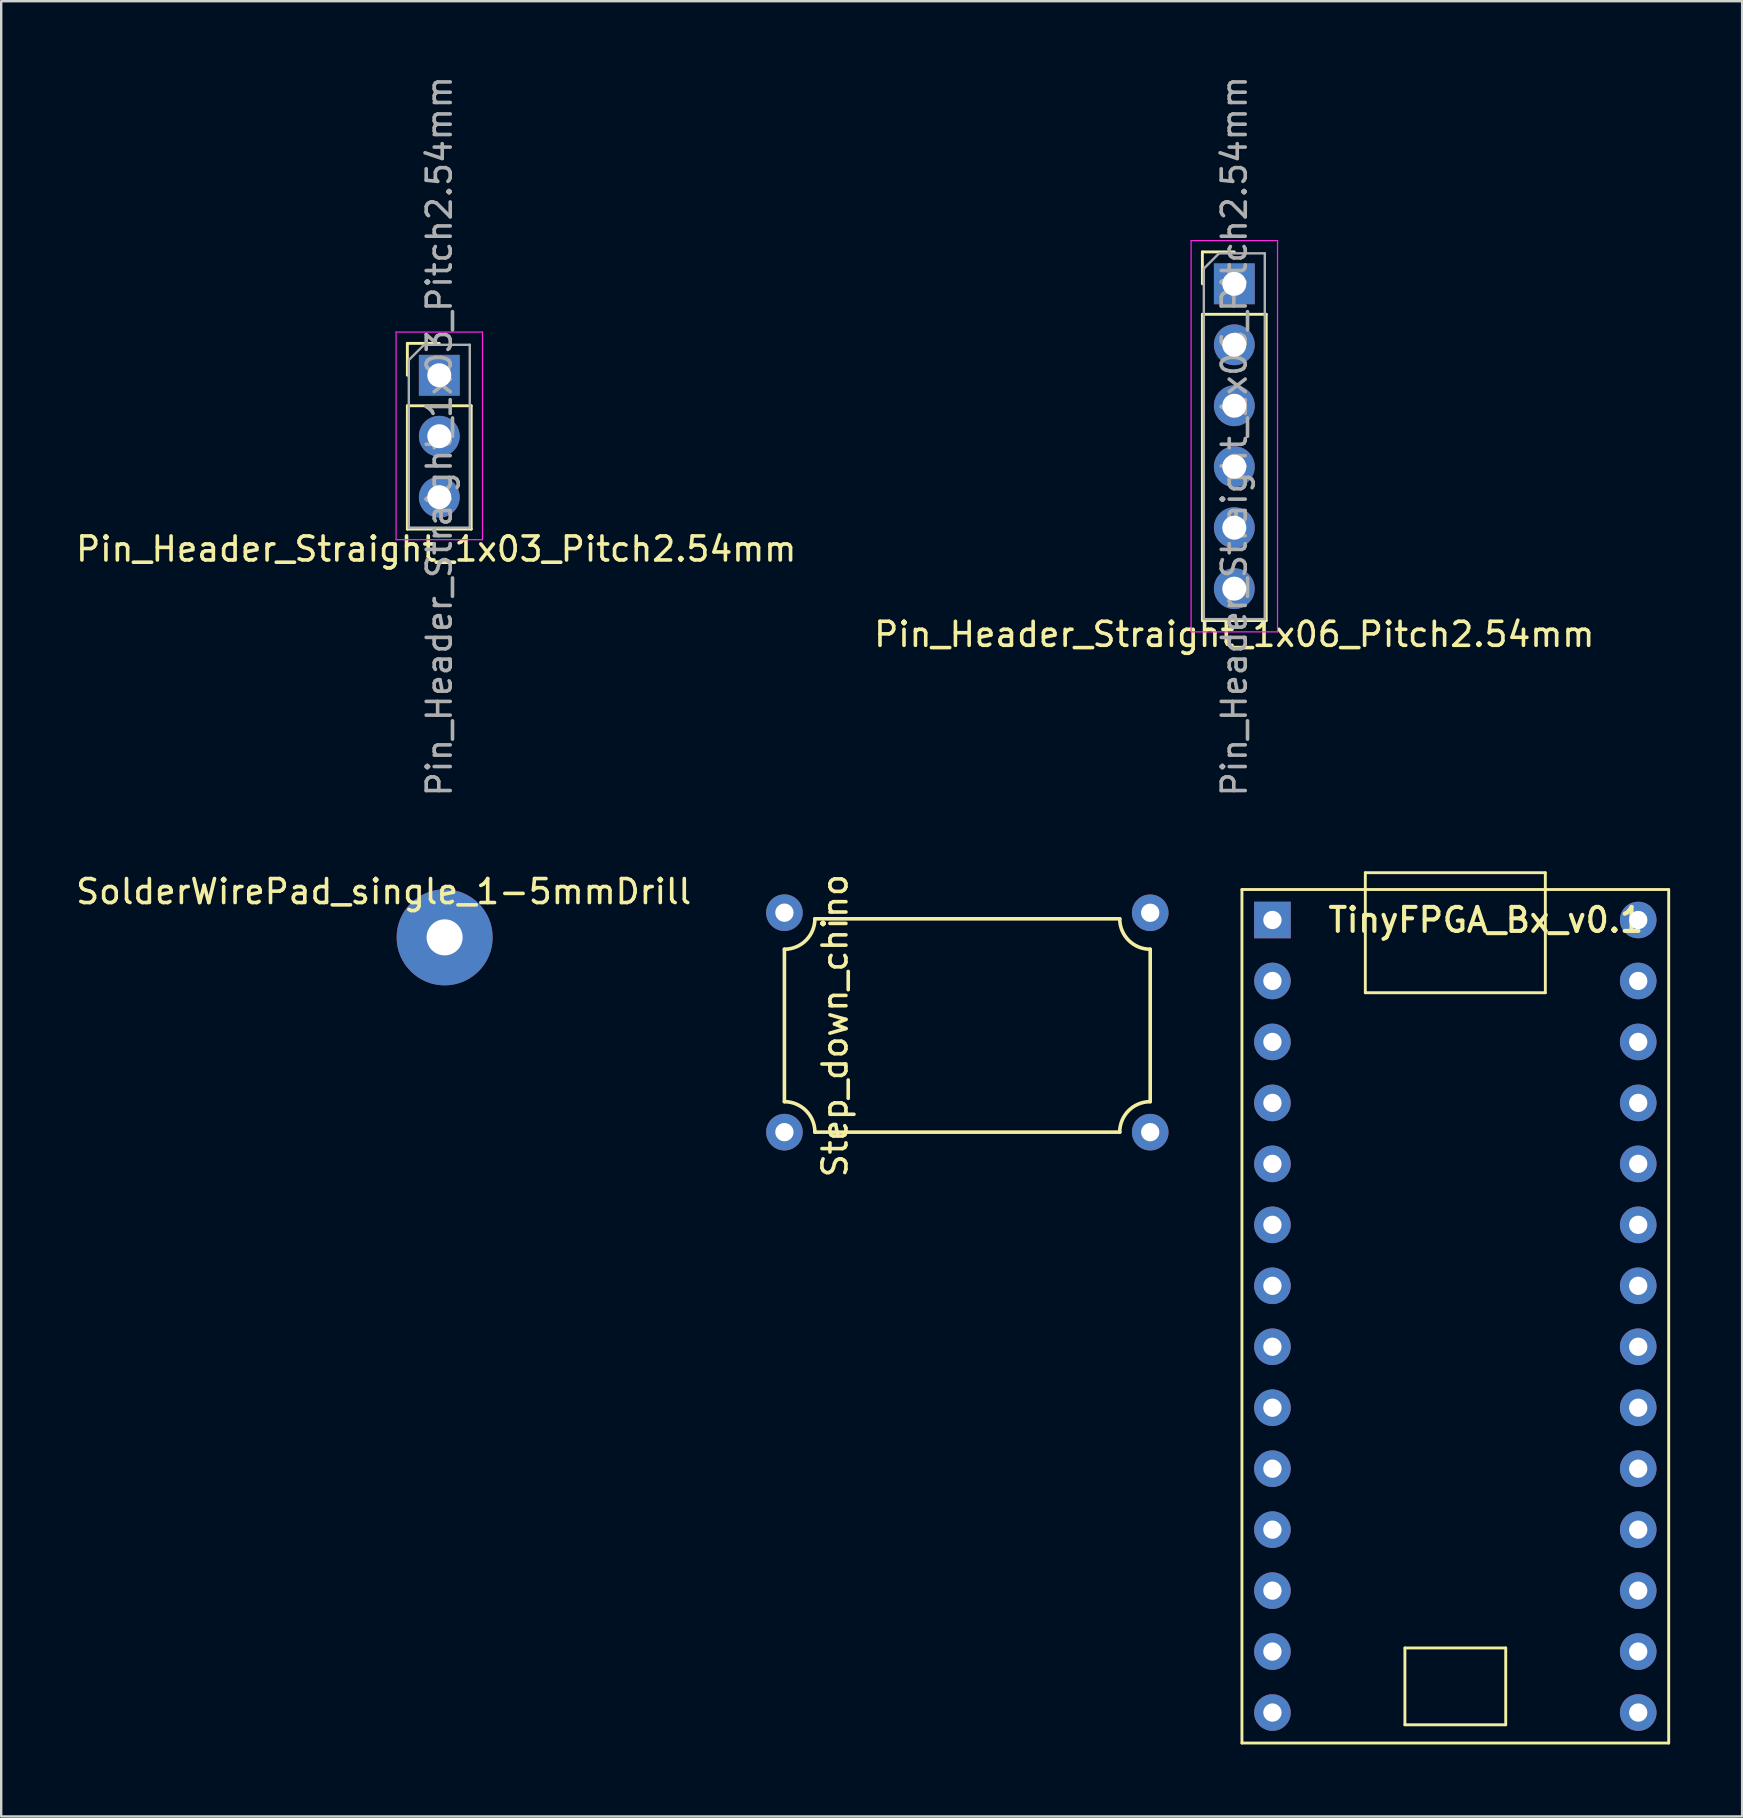
<source format=kicad_pcb>
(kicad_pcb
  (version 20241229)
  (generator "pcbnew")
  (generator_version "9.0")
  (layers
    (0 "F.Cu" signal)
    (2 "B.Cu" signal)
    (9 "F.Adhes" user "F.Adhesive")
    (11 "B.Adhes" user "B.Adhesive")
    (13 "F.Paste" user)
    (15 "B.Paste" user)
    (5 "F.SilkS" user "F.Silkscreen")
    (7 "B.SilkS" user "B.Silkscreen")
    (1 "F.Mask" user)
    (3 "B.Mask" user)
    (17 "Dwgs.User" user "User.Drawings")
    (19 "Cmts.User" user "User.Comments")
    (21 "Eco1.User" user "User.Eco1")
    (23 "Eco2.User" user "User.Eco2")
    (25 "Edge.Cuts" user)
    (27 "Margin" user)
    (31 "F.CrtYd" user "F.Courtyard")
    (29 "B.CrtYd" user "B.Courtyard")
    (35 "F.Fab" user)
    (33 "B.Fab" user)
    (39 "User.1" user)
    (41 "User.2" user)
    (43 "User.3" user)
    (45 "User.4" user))
  (footprint "Pin_Header_Straight_1x06_Pitch2.54mm"
    (layer "F.Cu")
    (at 48.375 8.775)
    (property "Reference" "Pin_Header_Straight_1x06_Pitch2.54mm" (at 0 14.605 0) (layer "F.SilkS") (effects (font (size 1 1) (thickness 0.15))))
    (attr through_hole)
    (fp_line (start -1.33 -1.33) (end 0 -1.33) (stroke (width 0.12) (type solid)) (layer "F.SilkS"))
    (fp_line (start -1.33 0) (end -1.33 -1.33) (stroke (width 0.12) (type solid)) (layer "F.SilkS"))
    (fp_line (start -1.33 1.27) (end -1.33 14.03) (stroke (width 0.12) (type solid)) (layer "F.SilkS"))
    (fp_line (start -1.33 1.27) (end 1.33 1.27) (stroke (width 0.12) (type solid)) (layer "F.SilkS"))
    (fp_line (start -1.33 14.03) (end 1.33 14.03) (stroke (width 0.12) (type solid)) (layer "F.SilkS"))
    (fp_line (start 1.33 1.27) (end 1.33 14.03) (stroke (width 0.12) (type solid)) (layer "F.SilkS"))
    (fp_line (start -1.8 -1.8) (end -1.8 14.5) (stroke (width 0.05) (type solid)) (layer "F.CrtYd"))
    (fp_line (start -1.8 14.5) (end 1.8 14.5) (stroke (width 0.05) (type solid)) (layer "F.CrtYd"))
    (fp_line (start 1.8 -1.8) (end -1.8 -1.8) (stroke (width 0.05) (type solid)) (layer "F.CrtYd"))
    (fp_line (start 1.8 14.5) (end 1.8 -1.8) (stroke (width 0.05) (type solid)) (layer "F.CrtYd"))
    (fp_line (start -1.27 -0.635) (end -0.635 -1.27) (stroke (width 0.1) (type solid)) (layer "F.Fab"))
    (fp_line (start -1.27 13.97) (end -1.27 -0.635) (stroke (width 0.1) (type solid)) (layer "F.Fab"))
    (fp_line (start -0.635 -1.27) (end 1.27 -1.27) (stroke (width 0.1) (type solid)) (layer "F.Fab"))
    (fp_line (start 1.27 -1.27) (end 1.27 13.97) (stroke (width 0.1) (type solid)) (layer "F.Fab"))
    (fp_line (start 1.27 13.97) (end -1.27 13.97) (stroke (width 0.1) (type solid)) (layer "F.Fab"))
    (fp_text user "${REFERENCE}" (at 0 6.35 90) (layer "F.Fab") (effects (font (size 1 1) (thickness 0.15))))
    (pad "1" thru_hole rect (at 0 0) (size 1.7 1.7) (drill 1) (layers "*.Cu" "*.Mask"))
    (pad "2" thru_hole oval (at 0 2.54) (size 1.7 1.7) (drill 1) (layers "*.Cu" "*.Mask"))
    (pad "3" thru_hole oval (at 0 5.08) (size 1.7 1.7) (drill 1) (layers "*.Cu" "*.Mask"))
    (pad "4" thru_hole oval (at 0 7.62) (size 1.7 1.7) (drill 1) (layers "*.Cu" "*.Mask"))
    (pad "5" thru_hole oval (at 0 10.16) (size 1.7 1.7) (drill 1) (layers "*.Cu" "*.Mask"))
    (pad "6" thru_hole oval (at 0 12.7) (size 1.7 1.7) (drill 1) (layers "*.Cu" "*.Mask")))
  (footprint "SolderWirePad_single_1-5mmDrill"
    (layer "F.Cu")
    (at 15.475 36.003)
    (property "Reference" "SolderWirePad_single_1-5mmDrill" (at -2.54 -1.905 0) (layer "F.SilkS") (effects (font (size 1 1) (thickness 0.15))))
    (attr through_hole)
    (pad "1" thru_hole circle (at 0 0) (size 4 4) (drill 1.501) (layers "*.Cu" "*.Mask")))
  (footprint "Step_down_chino"
    (layer "F.Cu")
    (at 29.631 44.119)
    (property "Reference" "Step_down_chino" (at 2.108 -4.435 90) (layer "F.SilkS") (effects (font (size 1 1) (thickness 0.15))))
    (attr through_hole)
    (fp_line (start 0 -7.62) (end 0 -1.27) (stroke (width 0.15) (type solid)) (layer "F.SilkS"))
    (fp_line (start 1.27 -8.89) (end 13.97 -8.89) (stroke (width 0.15) (type solid)) (layer "F.SilkS"))
    (fp_line (start 1.27 0) (end 13.97 0) (stroke (width 0.15) (type solid)) (layer "F.SilkS"))
    (fp_line (start 15.24 -7.62) (end 15.24 -1.27) (stroke (width 0.15) (type solid)) (layer "F.SilkS"))
    (fp_arc (start 0 -1.27) (mid 0.898026 -0.898026) (end 1.27 0) (stroke (width 0.15) (type solid)) (layer "F.SilkS"))
    (fp_arc (start 1.27 -8.89) (mid 0.898026 -7.991974) (end 0 -7.62) (stroke (width 0.15) (type solid)) (layer "F.SilkS"))
    (fp_arc (start 13.97 0) (mid 14.341974 -0.898026) (end 15.24 -1.27) (stroke (width 0.15) (type solid)) (layer "F.SilkS"))
    (fp_arc (start 15.24 -7.62) (mid 14.341974 -7.991974) (end 13.97 -8.89) (stroke (width 0.15) (type solid)) (layer "F.SilkS"))
    (pad "1" thru_hole circle (at 0 0) (size 1.524 1.524) (drill 0.762) (layers "*.Cu" "*.Mask"))
    (pad "2" thru_hole circle (at 0 -9.144) (size 1.524 1.524) (drill 0.762) (layers "*.Cu" "*.Mask"))
    (pad "3" thru_hole circle (at 15.24 0) (size 1.524 1.524) (drill 0.762) (layers "*.Cu" "*.Mask"))
    (pad "4" thru_hole circle (at 15.24 -9.14) (size 1.524 1.524) (drill 0.762) (layers "*.Cu" "*.Mask")))
  (footprint "Pin_Header_Straight_1x03_Pitch2.54mm"
    (layer "F.Cu")
    (at 15.252 12.585)
    (property "Reference" "Pin_Header_Straight_1x03_Pitch2.54mm" (at -0.127 7.239 0) (layer "F.SilkS") (effects (font (size 1 1) (thickness 0.15))))
    (attr through_hole)
    (fp_line (start -1.33 -1.33) (end 0 -1.33) (stroke (width 0.12) (type solid)) (layer "F.SilkS"))
    (fp_line (start -1.33 0) (end -1.33 -1.33) (stroke (width 0.12) (type solid)) (layer "F.SilkS"))
    (fp_line (start -1.33 1.27) (end -1.33 6.41) (stroke (width 0.12) (type solid)) (layer "F.SilkS"))
    (fp_line (start -1.33 1.27) (end 1.33 1.27) (stroke (width 0.12) (type solid)) (layer "F.SilkS"))
    (fp_line (start -1.33 6.41) (end 1.33 6.41) (stroke (width 0.12) (type solid)) (layer "F.SilkS"))
    (fp_line (start 1.33 1.27) (end 1.33 6.41) (stroke (width 0.12) (type solid)) (layer "F.SilkS"))
    (fp_line (start -1.8 -1.8) (end -1.8 6.85) (stroke (width 0.05) (type solid)) (layer "F.CrtYd"))
    (fp_line (start -1.8 6.85) (end 1.8 6.85) (stroke (width 0.05) (type solid)) (layer "F.CrtYd"))
    (fp_line (start 1.8 -1.8) (end -1.8 -1.8) (stroke (width 0.05) (type solid)) (layer "F.CrtYd"))
    (fp_line (start 1.8 6.85) (end 1.8 -1.8) (stroke (width 0.05) (type solid)) (layer "F.CrtYd"))
    (fp_line (start -1.27 -0.635) (end -0.635 -1.27) (stroke (width 0.1) (type solid)) (layer "F.Fab"))
    (fp_line (start -1.27 6.35) (end -1.27 -0.635) (stroke (width 0.1) (type solid)) (layer "F.Fab"))
    (fp_line (start -0.635 -1.27) (end 1.27 -1.27) (stroke (width 0.1) (type solid)) (layer "F.Fab"))
    (fp_line (start 1.27 -1.27) (end 1.27 6.35) (stroke (width 0.1) (type solid)) (layer "F.Fab"))
    (fp_line (start 1.27 6.35) (end -1.27 6.35) (stroke (width 0.1) (type solid)) (layer "F.Fab"))
    (fp_text user "${REFERENCE}" (at 0 2.54 90) (layer "F.Fab") (effects (font (size 1 1) (thickness 0.15))))
    (pad "1" thru_hole rect (at 0 0) (size 1.7 1.7) (drill 1) (layers "*.Cu" "*.Mask"))
    (pad "2" thru_hole oval (at 0 2.54) (size 1.7 1.7) (drill 1) (layers "*.Cu" "*.Mask"))
    (pad "3" thru_hole oval (at 0 5.08) (size 1.7 1.7) (drill 1) (layers "*.Cu" "*.Mask")))
  (footprint "TinyFPGA_Bx_v0.1"
    (layer "F.Cu")
    (at 57.583 51.79)
    (property "Reference" "TinyFPGA_Bx_v0.1" (at 1.27 -16.51 0) (layer "F.SilkS") (effects (font (size 1 1) (thickness 0.17))))
    (attr through_hole)
    (fp_line (start -8.89 -17.78) (end 8.89 -17.78) (stroke (width 0.12) (type solid)) (layer "F.SilkS"))
    (fp_line (start -8.89 17.78) (end -8.89 -17.78) (stroke (width 0.12) (type solid)) (layer "F.SilkS"))
    (fp_line (start -3.75 -18.48) (end 3.75 -18.48) (stroke (width 0.12) (type solid)) (layer "F.SilkS"))
    (fp_line (start -3.75 -13.48) (end -3.75 -18.48) (stroke (width 0.12) (type solid)) (layer "F.SilkS"))
    (fp_line (start -3.75 -13.48) (end 3.75 -13.48) (stroke (width 0.12) (type solid)) (layer "F.SilkS"))
    (fp_line (start -2.1 13.82) (end 2.1 13.82) (stroke (width 0.12) (type solid)) (layer "F.SilkS"))
    (fp_line (start -2.1 17.02) (end -2.1 13.82) (stroke (width 0.12) (type solid)) (layer "F.SilkS"))
    (fp_line (start 2.1 13.82) (end 2.1 17.02) (stroke (width 0.12) (type solid)) (layer "F.SilkS"))
    (fp_line (start 2.1 17.02) (end -2.1 17.02) (stroke (width 0.12) (type solid)) (layer "F.SilkS"))
    (fp_line (start 3.75 -18.48) (end 3.75 -13.48) (stroke (width 0.12) (type solid)) (layer "F.SilkS"))
    (fp_line (start 8.89 -17.78) (end 8.89 17.78) (stroke (width 0.12) (type solid)) (layer "F.SilkS"))
    (fp_line (start 8.89 17.78) (end -8.89 17.78) (stroke (width 0.12) (type solid)) (layer "F.SilkS"))
    (pad "1" thru_hole rect (at -7.62 -16.51) (size 1.524 1.524) (drill 0.762) (layers "*.Cu" "*.Mask"))
    (pad "2" thru_hole circle (at -7.62 -13.97) (size 1.524 1.524) (drill 0.762) (layers "*.Cu" "*.Mask"))
    (pad "3" thru_hole circle (at -7.62 -11.43) (size 1.524 1.524) (drill 0.762) (layers "*.Cu" "*.Mask"))
    (pad "4" thru_hole circle (at -7.62 -8.89) (size 1.524 1.524) (drill 0.762) (layers "*.Cu" "*.Mask"))
    (pad "5" thru_hole circle (at -7.62 -6.35) (size 1.524 1.524) (drill 0.762) (layers "*.Cu" "*.Mask"))
    (pad "6" thru_hole circle (at -7.62 -3.81) (size 1.524 1.524) (drill 0.762) (layers "*.Cu" "*.Mask"))
    (pad "7" thru_hole circle (at -7.62 -1.27) (size 1.524 1.524) (drill 0.762) (layers "*.Cu" "*.Mask"))
    (pad "8" thru_hole circle (at -7.62 1.27) (size 1.524 1.524) (drill 0.762) (layers "*.Cu" "*.Mask"))
    (pad "9" thru_hole circle (at -7.62 3.81) (size 1.524 1.524) (drill 0.762) (layers "*.Cu" "*.Mask"))
    (pad "10" thru_hole circle (at -7.62 6.35) (size 1.524 1.524) (drill 0.762) (layers "*.Cu" "*.Mask"))
    (pad "11" thru_hole circle (at -7.62 8.89) (size 1.524 1.524) (drill 0.762) (layers "*.Cu" "*.Mask"))
    (pad "12" thru_hole circle (at -7.62 11.43) (size 1.524 1.524) (drill 0.762) (layers "*.Cu" "*.Mask"))
    (pad "13" thru_hole circle (at -7.62 13.97) (size 1.524 1.524) (drill 0.762) (layers "*.Cu" "*.Mask"))
    (pad "14" thru_hole circle (at -7.62 16.51) (size 1.524 1.524) (drill 0.762) (layers "*.Cu" "*.Mask"))
    (pad "15" thru_hole circle (at 7.62 16.51) (size 1.524 1.524) (drill 0.762) (layers "*.Cu" "*.Mask"))
    (pad "16" thru_hole circle (at 7.62 13.97) (size 1.524 1.524) (drill 0.762) (layers "*.Cu" "*.Mask"))
    (pad "17" thru_hole circle (at 7.62 11.43) (size 1.524 1.524) (drill 0.762) (layers "*.Cu" "*.Mask"))
    (pad "18" thru_hole circle (at 7.62 8.89) (size 1.524 1.524) (drill 0.762) (layers "*.Cu" "*.Mask"))
    (pad "19" thru_hole circle (at 7.62 6.35) (size 1.524 1.524) (drill 0.762) (layers "*.Cu" "*.Mask"))
    (pad "20" thru_hole circle (at 7.62 3.81) (size 1.524 1.524) (drill 0.762) (layers "*.Cu" "*.Mask"))
    (pad "21" thru_hole circle (at 7.62 1.27) (size 1.524 1.524) (drill 0.762) (layers "*.Cu" "*.Mask"))
    (pad "22" thru_hole circle (at 7.62 -1.27) (size 1.524 1.524) (drill 0.762) (layers "*.Cu" "*.Mask"))
    (pad "23" thru_hole circle (at 7.62 -3.81) (size 1.524 1.524) (drill 0.762) (layers "*.Cu" "*.Mask"))
    (pad "24" thru_hole circle (at 7.62 -6.35) (size 1.524 1.524) (drill 0.762) (layers "*.Cu" "*.Mask"))
    (pad "25" thru_hole circle (at 7.62 -8.89) (size 1.524 1.524) (drill 0.762) (layers "*.Cu" "*.Mask"))
    (pad "26" thru_hole circle (at 7.62 -11.43) (size 1.524 1.524) (drill 0.762) (layers "*.Cu" "*.Mask"))
    (pad "27" thru_hole circle (at 7.62 -13.97) (size 1.524 1.524) (drill 0.762) (layers "*.Cu" "*.Mask"))
    (pad "28" thru_hole circle (at 7.62 -16.51) (size 1.524 1.524) (drill 0.762) (layers "*.Cu" "*.Mask")))
  (gr_rect
    (start -3 -3)
    (end 69.533 72.63)
    (stroke (width 0.1) (type default))
    (fill no)
    (layer "Edge.Cuts")))
</source>
